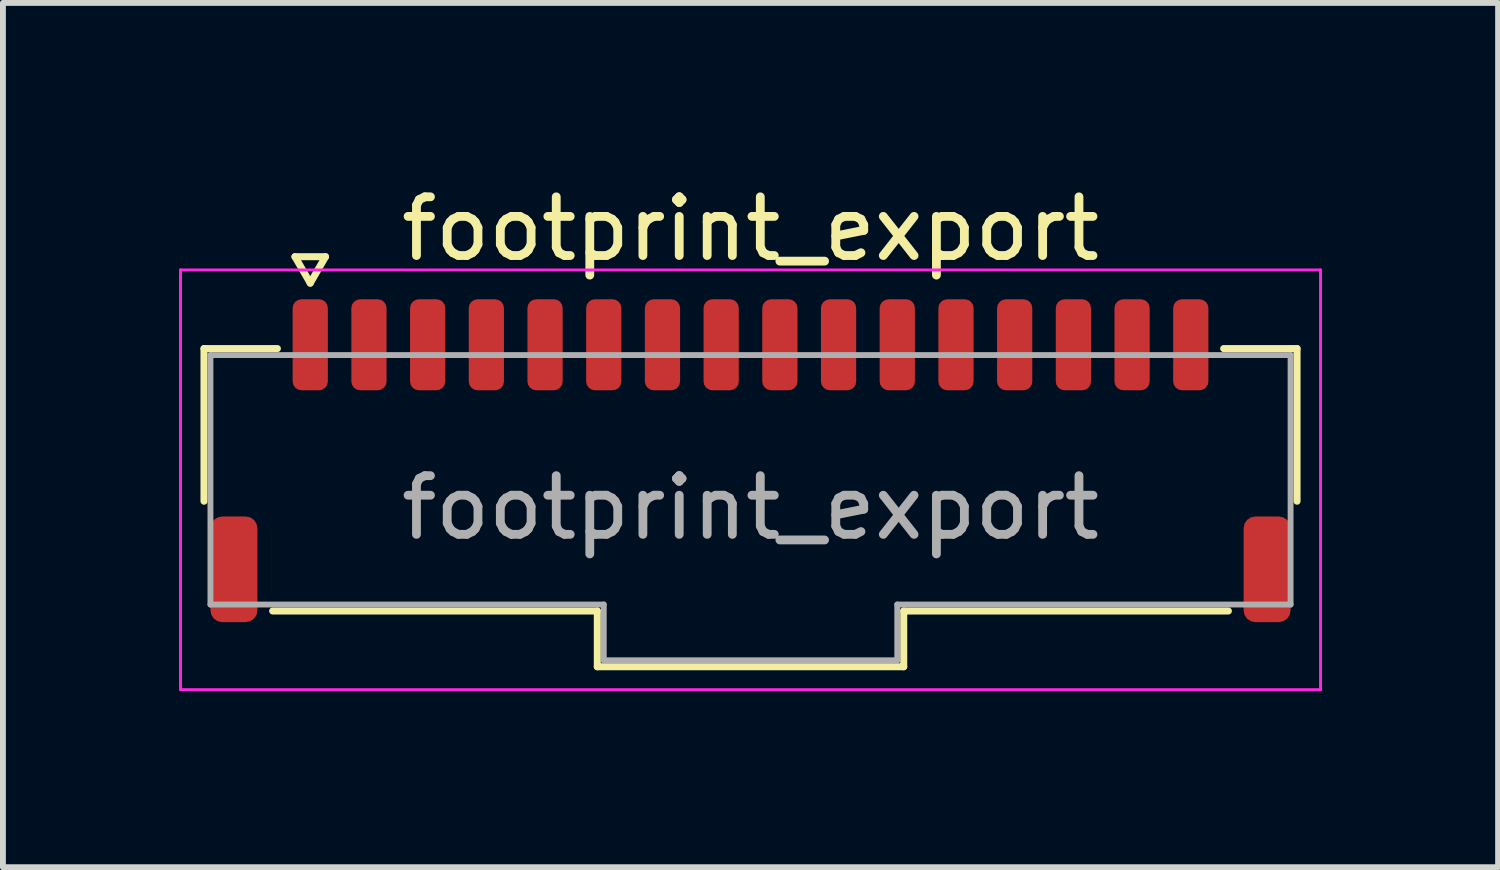
<source format=kicad_pcb>
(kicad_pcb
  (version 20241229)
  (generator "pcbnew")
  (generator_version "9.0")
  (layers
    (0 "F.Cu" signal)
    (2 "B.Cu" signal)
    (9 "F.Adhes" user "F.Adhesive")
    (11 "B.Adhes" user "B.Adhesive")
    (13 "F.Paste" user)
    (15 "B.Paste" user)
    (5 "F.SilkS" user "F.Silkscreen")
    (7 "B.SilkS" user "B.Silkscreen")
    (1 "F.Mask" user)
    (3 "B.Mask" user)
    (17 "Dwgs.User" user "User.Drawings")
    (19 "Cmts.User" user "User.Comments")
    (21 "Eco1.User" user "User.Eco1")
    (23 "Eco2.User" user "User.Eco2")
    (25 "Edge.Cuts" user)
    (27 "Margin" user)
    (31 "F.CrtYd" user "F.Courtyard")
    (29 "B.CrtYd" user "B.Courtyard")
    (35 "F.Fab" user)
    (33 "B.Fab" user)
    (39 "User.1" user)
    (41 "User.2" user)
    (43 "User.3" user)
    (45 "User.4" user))
  (footprint "footprint_export"
    (layer "F.Cu")
    (at 9.735 5.598)
    (property "Reference" "footprint_export" (at 0 -4.75 0) (layer "F.SilkS") (effects (font (size 1 1) (thickness 0.15))))
    (attr smd)
    (fp_line (start -9.31 -2.71) (end -8.06 -2.71) (stroke (width 0.12) (type solid)) (layer "F.SilkS"))
    (fp_line (start -9.31 -0.11) (end -9.31 -2.71) (stroke (width 0.12) (type solid)) (layer "F.SilkS"))
    (fp_line (start -7.76 -4.275) (end -7.5 -3.825) (stroke (width 0.12) (type solid)) (layer "F.SilkS"))
    (fp_line (start -7.5 -3.825) (end -7.24 -4.275) (stroke (width 0.12) (type solid)) (layer "F.SilkS"))
    (fp_line (start -7.24 -4.275) (end -7.76 -4.275) (stroke (width 0.12) (type solid)) (layer "F.SilkS"))
    (fp_line (start -2.61 1.76) (end -8.14 1.76) (stroke (width 0.12) (type solid)) (layer "F.SilkS"))
    (fp_line (start -2.61 2.71) (end -2.61 1.76) (stroke (width 0.12) (type solid)) (layer "F.SilkS"))
    (fp_line (start 2.61 1.76) (end 2.61 2.71) (stroke (width 0.12) (type solid)) (layer "F.SilkS"))
    (fp_line (start 2.61 2.71) (end -2.61 2.71) (stroke (width 0.12) (type solid)) (layer "F.SilkS"))
    (fp_line (start 8.06 -2.71) (end 9.31 -2.71) (stroke (width 0.12) (type solid)) (layer "F.SilkS"))
    (fp_line (start 8.14 1.76) (end 2.61 1.76) (stroke (width 0.12) (type solid)) (layer "F.SilkS"))
    (fp_line (start 9.31 -2.71) (end 9.31 -0.11) (stroke (width 0.12) (type solid)) (layer "F.SilkS"))
    (fp_line (start -9.71 -4.05) (end -9.71 3.1) (stroke (width 0.05) (type solid)) (layer "F.CrtYd"))
    (fp_line (start -9.71 3.1) (end 9.71 3.1) (stroke (width 0.05) (type solid)) (layer "F.CrtYd"))
    (fp_line (start 9.71 -4.05) (end -9.71 -4.05) (stroke (width 0.05) (type solid)) (layer "F.CrtYd"))
    (fp_line (start 9.71 3.1) (end 9.71 -4.05) (stroke (width 0.05) (type solid)) (layer "F.CrtYd"))
    (fp_line (start -9.2 -2.6) (end 9.2 -2.6) (stroke (width 0.1) (type solid)) (layer "F.Fab"))
    (fp_line (start -9.2 1.65) (end -9.2 -2.6) (stroke (width 0.1) (type solid)) (layer "F.Fab"))
    (fp_line (start -2.5 1.65) (end -9.2 1.65) (stroke (width 0.1) (type solid)) (layer "F.Fab"))
    (fp_line (start -2.5 2.6) (end -2.5 1.65) (stroke (width 0.1) (type solid)) (layer "F.Fab"))
    (fp_line (start 2.5 1.65) (end 2.5 2.6) (stroke (width 0.1) (type solid)) (layer "F.Fab"))
    (fp_line (start 2.5 2.6) (end -2.5 2.6) (stroke (width 0.1) (type solid)) (layer "F.Fab"))
    (fp_line (start 9.2 -2.6) (end 9.2 1.65) (stroke (width 0.1) (type solid)) (layer "F.Fab"))
    (fp_line (start 9.2 1.65) (end 2.5 1.65) (stroke (width 0.1) (type solid)) (layer "F.Fab"))
    (fp_text user "${REFERENCE}" (at 0 0 0) (layer "F.Fab") (effects (font (size 1 1) (thickness 0.15))))
    (pad "1" smd roundrect (at -7.5 -2.775) (size 0.6 1.55) (layers "F.Cu" "F.Mask" "F.Paste") (roundrect_rratio 0.25))
    (pad "2" smd roundrect (at -6.5 -2.775) (size 0.6 1.55) (layers "F.Cu" "F.Mask" "F.Paste") (roundrect_rratio 0.25))
    (pad "3" smd roundrect (at -5.5 -2.775) (size 0.6 1.55) (layers "F.Cu" "F.Mask" "F.Paste") (roundrect_rratio 0.25))
    (pad "4" smd roundrect (at -4.5 -2.775) (size 0.6 1.55) (layers "F.Cu" "F.Mask" "F.Paste") (roundrect_rratio 0.25))
    (pad "5" smd roundrect (at -3.5 -2.775) (size 0.6 1.55) (layers "F.Cu" "F.Mask" "F.Paste") (roundrect_rratio 0.25))
    (pad "6" smd roundrect (at -2.5 -2.775) (size 0.6 1.55) (layers "F.Cu" "F.Mask" "F.Paste") (roundrect_rratio 0.25))
    (pad "7" smd roundrect (at -1.5 -2.775) (size 0.6 1.55) (layers "F.Cu" "F.Mask" "F.Paste") (roundrect_rratio 0.25))
    (pad "8" smd roundrect (at -0.5 -2.775) (size 0.6 1.55) (layers "F.Cu" "F.Mask" "F.Paste") (roundrect_rratio 0.25))
    (pad "9" smd roundrect (at 0.5 -2.775) (size 0.6 1.55) (layers "F.Cu" "F.Mask" "F.Paste") (roundrect_rratio 0.25))
    (pad "10" smd roundrect (at 1.5 -2.775) (size 0.6 1.55) (layers "F.Cu" "F.Mask" "F.Paste") (roundrect_rratio 0.25))
    (pad "11" smd roundrect (at 2.5 -2.775) (size 0.6 1.55) (layers "F.Cu" "F.Mask" "F.Paste") (roundrect_rratio 0.25))
    (pad "12" smd roundrect (at 3.5 -2.775) (size 0.6 1.55) (layers "F.Cu" "F.Mask" "F.Paste") (roundrect_rratio 0.25))
    (pad "13" smd roundrect (at 4.5 -2.775) (size 0.6 1.55) (layers "F.Cu" "F.Mask" "F.Paste") (roundrect_rratio 0.25))
    (pad "14" smd roundrect (at 5.5 -2.775) (size 0.6 1.55) (layers "F.Cu" "F.Mask" "F.Paste") (roundrect_rratio 0.25))
    (pad "15" smd roundrect (at 6.5 -2.775) (size 0.6 1.55) (layers "F.Cu" "F.Mask" "F.Paste") (roundrect_rratio 0.25))
    (pad "16" smd roundrect (at 7.5 -2.775) (size 0.6 1.55) (layers "F.Cu" "F.Mask" "F.Paste") (roundrect_rratio 0.25))
    (pad "MP" smd roundrect (at -8.8 1.05) (size 0.8 1.8) (layers "F.Cu" "F.Mask" "F.Paste") (roundrect_rratio 0.25))
    (pad "MP" smd roundrect (at 8.8 1.05) (size 0.8 1.8) (layers "F.Cu" "F.Mask" "F.Paste") (roundrect_rratio 0.25)))
  (gr_rect
    (start -3 -3)
    (end 22.47 11.723)
    (stroke (width 0.1) (type default))
    (fill no)
    (layer "Edge.Cuts")))
</source>
